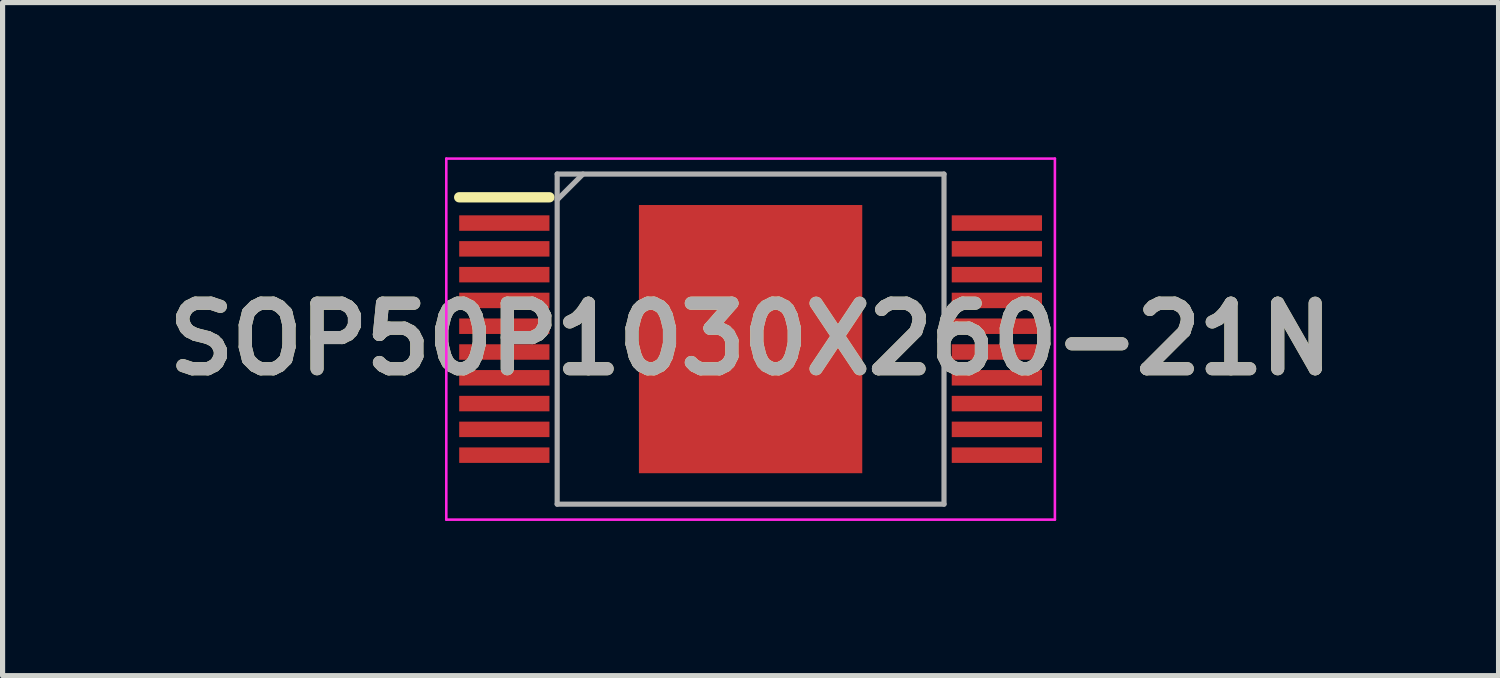
<source format=kicad_pcb>
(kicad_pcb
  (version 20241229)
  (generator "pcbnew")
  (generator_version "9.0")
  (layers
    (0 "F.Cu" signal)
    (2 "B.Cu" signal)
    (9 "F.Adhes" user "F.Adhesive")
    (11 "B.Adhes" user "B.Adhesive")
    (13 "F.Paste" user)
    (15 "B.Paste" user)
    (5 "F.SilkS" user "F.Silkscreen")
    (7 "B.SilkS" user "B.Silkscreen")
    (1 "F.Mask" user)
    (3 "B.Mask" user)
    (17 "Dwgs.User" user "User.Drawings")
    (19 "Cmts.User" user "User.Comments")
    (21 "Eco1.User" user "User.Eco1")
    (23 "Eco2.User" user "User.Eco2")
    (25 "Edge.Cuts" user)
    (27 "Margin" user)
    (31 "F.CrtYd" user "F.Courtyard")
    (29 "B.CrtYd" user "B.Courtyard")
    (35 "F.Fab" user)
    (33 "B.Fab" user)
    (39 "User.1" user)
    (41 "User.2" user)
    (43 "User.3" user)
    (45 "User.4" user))
  (footprint "SOP50P1030X260-21N"
    (layer "F.Cu")
    (at 11.503 3.525)
    (property "Reference" "SOP50P1030X260-21N" (at 0 0 0) (layer "F.SilkS") (effects (font (size 1.27 1.27) (thickness 0.254))))
    (attr smd)
    (fp_line (start -5.65 -2.75) (end -3.9 -2.75) (stroke (width 0.2) (type solid)) (layer "F.SilkS"))
    (fp_line (start -5.9 -3.5) (end 5.9 -3.5) (stroke (width 0.05) (type solid)) (layer "F.CrtYd"))
    (fp_line (start -5.9 3.5) (end -5.9 -3.5) (stroke (width 0.05) (type solid)) (layer "F.CrtYd"))
    (fp_line (start 5.9 -3.5) (end 5.9 3.5) (stroke (width 0.05) (type solid)) (layer "F.CrtYd"))
    (fp_line (start 5.9 3.5) (end -5.9 3.5) (stroke (width 0.05) (type solid)) (layer "F.CrtYd"))
    (fp_line (start -3.75 -3.2) (end 3.75 -3.2) (stroke (width 0.1) (type solid)) (layer "F.Fab"))
    (fp_line (start -3.75 -2.7) (end -3.25 -3.2) (stroke (width 0.1) (type solid)) (layer "F.Fab"))
    (fp_line (start -3.75 3.2) (end -3.75 -3.2) (stroke (width 0.1) (type solid)) (layer "F.Fab"))
    (fp_line (start 3.75 -3.2) (end 3.75 3.2) (stroke (width 0.1) (type solid)) (layer "F.Fab"))
    (fp_line (start 3.75 3.2) (end -3.75 3.2) (stroke (width 0.1) (type solid)) (layer "F.Fab"))
    (fp_text user "${REFERENCE}" (at 0 0 0) (layer "F.Fab") (effects (font (size 1.27 1.27) (thickness 0.254))))
    (pad "1" smd rect (at -4.775 -2.25 90) (size 0.3 1.75) (layers "F.Cu" "F.Mask" "F.Paste"))
    (pad "2" smd rect (at -4.775 -1.75 90) (size 0.3 1.75) (layers "F.Cu" "F.Mask" "F.Paste"))
    (pad "3" smd rect (at -4.775 -1.25 90) (size 0.3 1.75) (layers "F.Cu" "F.Mask" "F.Paste"))
    (pad "4" smd rect (at -4.775 -0.75 90) (size 0.3 1.75) (layers "F.Cu" "F.Mask" "F.Paste"))
    (pad "5" smd rect (at -4.775 -0.25 90) (size 0.3 1.75) (layers "F.Cu" "F.Mask" "F.Paste"))
    (pad "6" smd rect (at -4.775 0.25 90) (size 0.3 1.75) (layers "F.Cu" "F.Mask" "F.Paste"))
    (pad "7" smd rect (at -4.775 0.75 90) (size 0.3 1.75) (layers "F.Cu" "F.Mask" "F.Paste"))
    (pad "8" smd rect (at -4.775 1.25 90) (size 0.3 1.75) (layers "F.Cu" "F.Mask" "F.Paste"))
    (pad "9" smd rect (at -4.775 1.75 90) (size 0.3 1.75) (layers "F.Cu" "F.Mask" "F.Paste"))
    (pad "10" smd rect (at -4.775 2.25 90) (size 0.3 1.75) (layers "F.Cu" "F.Mask" "F.Paste"))
    (pad "11" smd rect (at 4.775 2.25 90) (size 0.3 1.75) (layers "F.Cu" "F.Mask" "F.Paste"))
    (pad "12" smd rect (at 4.775 1.75 90) (size 0.3 1.75) (layers "F.Cu" "F.Mask" "F.Paste"))
    (pad "13" smd rect (at 4.775 1.25 90) (size 0.3 1.75) (layers "F.Cu" "F.Mask" "F.Paste"))
    (pad "14" smd rect (at 4.775 0.75 90) (size 0.3 1.75) (layers "F.Cu" "F.Mask" "F.Paste"))
    (pad "15" smd rect (at 4.775 0.25 90) (size 0.3 1.75) (layers "F.Cu" "F.Mask" "F.Paste"))
    (pad "16" smd rect (at 4.775 -0.25 90) (size 0.3 1.75) (layers "F.Cu" "F.Mask" "F.Paste"))
    (pad "17" smd rect (at 4.775 -0.75 90) (size 0.3 1.75) (layers "F.Cu" "F.Mask" "F.Paste"))
    (pad "18" smd rect (at 4.775 -1.25 90) (size 0.3 1.75) (layers "F.Cu" "F.Mask" "F.Paste"))
    (pad "19" smd rect (at 4.775 -1.75 90) (size 0.3 1.75) (layers "F.Cu" "F.Mask" "F.Paste"))
    (pad "20" smd rect (at 4.775 -2.25 90) (size 0.3 1.75) (layers "F.Cu" "F.Mask" "F.Paste"))
    (pad "21" smd rect (at 0 0) (size 4.33 5.2) (layers "F.Cu" "F.Mask" "F.Paste")))
  (gr_rect
    (start -3 -3)
    (end 26.005 10.05)
    (stroke (width 0.1) (type default))
    (fill no)
    (layer "Edge.Cuts")))
</source>
